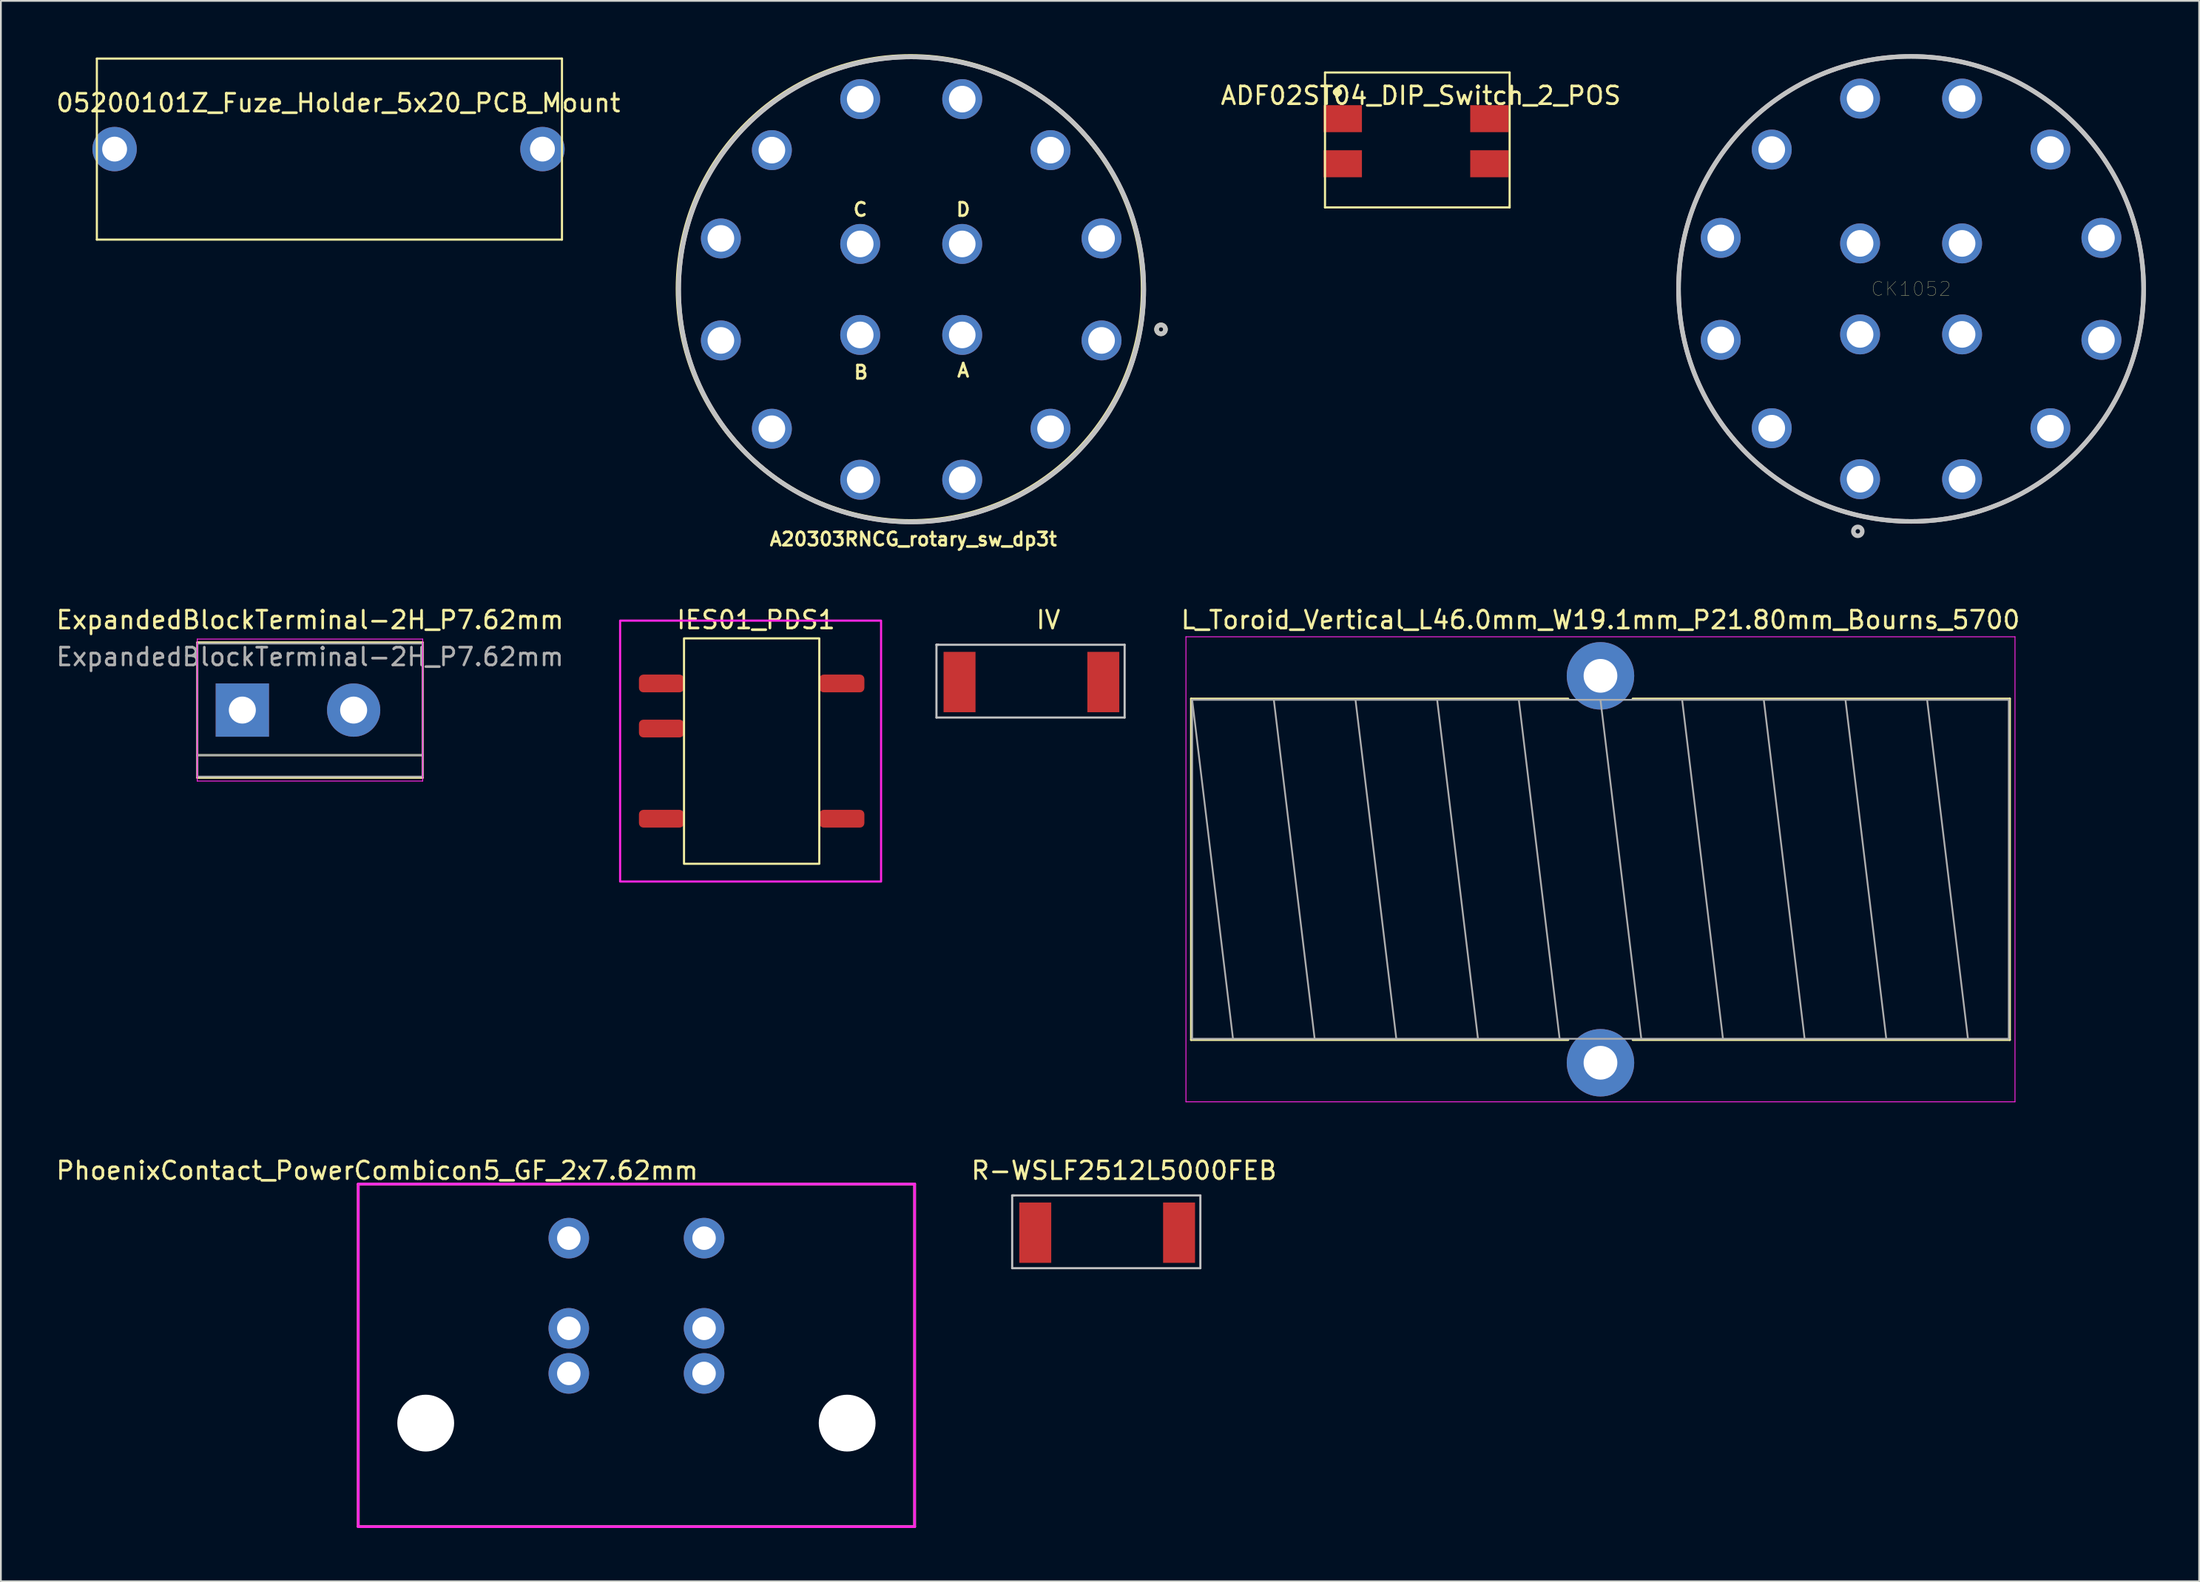
<source format=kicad_pcb>
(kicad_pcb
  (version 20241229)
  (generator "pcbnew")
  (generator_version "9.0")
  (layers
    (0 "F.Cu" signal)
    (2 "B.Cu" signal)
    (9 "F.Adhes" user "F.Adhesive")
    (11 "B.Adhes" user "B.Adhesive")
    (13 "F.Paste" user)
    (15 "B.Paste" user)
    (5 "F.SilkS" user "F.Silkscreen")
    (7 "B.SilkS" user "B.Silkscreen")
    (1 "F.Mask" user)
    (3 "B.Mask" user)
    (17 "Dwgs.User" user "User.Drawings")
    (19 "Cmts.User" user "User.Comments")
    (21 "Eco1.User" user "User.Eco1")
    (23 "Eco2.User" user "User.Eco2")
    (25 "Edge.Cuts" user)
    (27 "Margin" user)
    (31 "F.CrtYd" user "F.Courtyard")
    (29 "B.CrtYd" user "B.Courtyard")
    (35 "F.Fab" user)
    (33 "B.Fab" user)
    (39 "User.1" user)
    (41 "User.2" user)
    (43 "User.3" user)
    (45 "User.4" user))
  (footprint "ADF02ST04_DIP_Switch_2_POS"
    (layer "F.Cu")
    (at 72.588 3.636)
    (property "Reference" "ADF02ST04_DIP_Switch_2_POS" (at 4.4 -1.3 0) (layer "F.SilkS") (effects (font (size 1 1) (thickness 0.15))))
    (attr through_hole)
    (fp_line (start -1 -2.6) (end -1 5) (stroke (width 0.12) (type solid)) (layer "F.SilkS"))
    (fp_line (start -1 5) (end 9.4 5) (stroke (width 0.12) (type solid)) (layer "F.SilkS"))
    (fp_line (start 9.4 -2.6) (end -1 -2.6) (stroke (width 0.12) (type solid)) (layer "F.SilkS"))
    (fp_line (start 9.4 4.9) (end 9.4 -2.6) (stroke (width 0.12) (type solid)) (layer "F.SilkS"))
    (fp_line (start 9.4 5) (end 9.4 4.9) (stroke (width 0.12) (type solid)) (layer "F.SilkS"))
    (fp_text user "." (at -0.3 -2.1 0) (layer "F.SilkS") (effects (font (size 1.5 1.5) (thickness 0.375))))
    (pad "1" smd rect (at 0 0) (size 2.16 1.52) (layers "F.Cu" "F.Mask" "F.Paste"))
    (pad "2" smd rect (at 0 2.54) (size 2.16 1.52) (layers "F.Cu" "F.Mask" "F.Paste"))
    (pad "3" smd rect (at 8.26 2.54) (size 2.16 1.52) (layers "F.Cu" "F.Mask" "F.Paste"))
    (pad "4" smd rect (at 8.26 0) (size 2.16 1.52) (layers "F.Cu" "F.Mask" "F.Paste")))
  (footprint "IES01_PDS1"
    (layer "F.Cu")
    (at 35.481 32.917)
    (property "Reference" "IES01_PDS1" (at 4.055 -1.04 0) (unlocked yes) (layer "F.SilkS") (effects (font (size 1 1) (thickness 0.15))))
    (attr smd)
    (fp_rect (start 0 0) (end 7.62 12.7) (stroke (width 0.12) (type solid)) (fill no) (layer "F.SilkS"))
    (fp_rect (start -3.6 -1) (end 11.1 13.7) (stroke (width 0.12) (type solid)) (fill no) (layer "F.CrtYd"))
    (pad "1" smd roundrect (at -1.27 2.54 90) (size 1 2.54) (layers "F.Cu" "F.Mask" "F.Paste") (roundrect_rratio 0.25))
    (pad "2" smd roundrect (at -1.27 5.08 90) (size 1 2.54) (layers "F.Cu" "F.Mask" "F.Paste") (roundrect_rratio 0.25))
    (pad "4" smd roundrect (at -1.27 10.16 90) (size 1 2.54) (layers "F.Cu" "F.Mask" "F.Paste") (roundrect_rratio 0.25))
    (pad "5" smd roundrect (at 8.89 10.16 90) (size 1 2.54) (layers "F.Cu" "F.Mask" "F.Paste") (roundrect_rratio 0.25))
    (pad "8" smd roundrect (at 8.89 2.54 90) (size 1 2.54) (layers "F.Cu" "F.Mask" "F.Paste") (roundrect_rratio 0.25)))
  (footprint "05200101Z_Fuze_Holder_5x20_PCB_Mount"
    (layer "F.Cu")
    (at 2.406 0.25)
    (property "Reference" "05200101Z_Fuze_Holder_5x20_PCB_Mount" (at 13.6 2.5 0) (layer "F.SilkS") (effects (font (size 1 1) (thickness 0.15))))
    (attr through_hole)
    (fp_line (start 0 0) (end 26.2 0) (stroke (width 0.12) (type solid)) (layer "F.SilkS"))
    (fp_line (start 0 10.2) (end 0 0) (stroke (width 0.12) (type solid)) (layer "F.SilkS"))
    (fp_line (start 26.2 0) (end 26.2 10.2) (stroke (width 0.12) (type solid)) (layer "F.SilkS"))
    (fp_line (start 26.2 10.2) (end 0 10.2) (stroke (width 0.12) (type solid)) (layer "F.SilkS"))
    (pad "1" thru_hole circle (at 1 5.1) (size 2.5 2.5) (drill 1.4) (layers "*.Cu" "*.Mask"))
    (pad "2" thru_hole circle (at 25.1 5.1) (size 2.5 2.5) (drill 1.4) (layers "*.Cu" "*.Mask")))
  (footprint "A20303RNCG_rotary_sw_dp3t"
    (layer "F.Cu")
    (at 48.279 13.257)
    (property "Reference" "A20303RNCG_rotary_sw_dp3t" (at 0.12 14.07 0) (layer "F.SilkS") (effects (font (size 0.75 0.75) (thickness 0.15))))
    (attr through_hole)
    (fp_circle (center -0.04 -0.03) (end 13.06 -0.03) (stroke (width 0.254) (type solid)) (fill no) (layer "F.SilkS"))
    (fp_circle (center 14.07 2.25) (end 14.195 2.25) (stroke (width 0.254) (type solid)) (fill no) (layer "F.SilkS"))
    (fp_circle (center 0 0) (end 13.1 0) (stroke (width 0.254) (type solid)) (fill no) (layer "Dwgs.User"))
    (fp_circle (center 0 0) (end 13.1 0) (stroke (width 0.254) (type solid)) (fill no) (layer "Dwgs.User"))
    (fp_circle (center 14.07 2.25) (end 14.195 2.25) (stroke (width 0.254) (type solid)) (fill no) (layer "Dwgs.User"))
    (fp_text user "C" (at -2.87 -4.5 0) (layer "F.SilkS") (effects (font (size 0.75 0.75) (thickness 0.15))))
    (fp_text user "A" (at 2.93 4.56 0) (layer "F.SilkS") (effects (font (size 0.75 0.75) (thickness 0.15))))
    (fp_text user "D" (at 2.93 -4.5 0) (layer "F.SilkS") (effects (font (size 0.75 0.75) (thickness 0.15))))
    (fp_text user "B" (at -2.83 4.67 0) (layer "F.SilkS") (effects (font (size 0.75 0.75) (thickness 0.15))))
    (pad "1" thru_hole circle (at 10.722 2.873) (size 2.25 2.25) (drill 1.5) (layers "*.Cu" "*.Mask"))
    (pad "2" thru_hole circle (at 7.849 7.849) (size 2.25 2.25) (drill 1.5) (layers "*.Cu" "*.Mask"))
    (pad "3" thru_hole circle (at 2.873 10.722) (size 2.25 2.25) (drill 1.5) (layers "*.Cu" "*.Mask"))
    (pad "4" thru_hole circle (at -2.873 10.722) (size 2.25 2.25) (drill 1.5) (layers "*.Cu" "*.Mask"))
    (pad "5" thru_hole circle (at -7.849 7.849) (size 2.25 2.25) (drill 1.5) (layers "*.Cu" "*.Mask"))
    (pad "6" thru_hole circle (at -10.722 2.873) (size 2.25 2.25) (drill 1.5) (layers "*.Cu" "*.Mask"))
    (pad "7" thru_hole circle (at -10.722 -2.873) (size 2.25 2.25) (drill 1.5) (layers "*.Cu" "*.Mask"))
    (pad "8" thru_hole circle (at -7.849 -7.849) (size 2.25 2.25) (drill 1.5) (layers "*.Cu" "*.Mask"))
    (pad "9" thru_hole circle (at -2.873 -10.722) (size 2.25 2.25) (drill 1.5) (layers "*.Cu" "*.Mask"))
    (pad "10" thru_hole circle (at 2.873 -10.722) (size 2.25 2.25) (drill 1.5) (layers "*.Cu" "*.Mask"))
    (pad "11" thru_hole circle (at 7.849 -7.849) (size 2.25 2.25) (drill 1.5) (layers "*.Cu" "*.Mask"))
    (pad "12" thru_hole circle (at 10.722 -2.873) (size 2.25 2.25) (drill 1.5) (layers "*.Cu" "*.Mask"))
    (pad "13" thru_hole circle (at 2.873 2.563) (size 2.25 2.25) (drill 1.5) (layers "*.Cu" "*.Mask"))
    (pad "14" thru_hole circle (at -2.873 2.563) (size 2.25 2.25) (drill 1.5) (layers "*.Cu" "*.Mask"))
    (pad "15" thru_hole circle (at -2.873 -2.563) (size 2.25 2.25) (drill 1.5) (layers "*.Cu" "*.Mask"))
    (pad "16" thru_hole circle (at 2.873 -2.563) (size 2.25 2.25) (drill 1.5) (layers "*.Cu" "*.Mask")))
  (footprint "R-WSLF2512L5000FEB"
    (layer "F.Cu")
    (at 60.267 62.401)
    (property "Reference" "R-WSLF2512L5000FEB" (at 0 0.5 0) (layer "F.SilkS") (effects (font (size 1 1) (thickness 0.15))))
    (attr through_hole)
    (fp_line (start -6.3 1.9) (end -6.2 1.9) (stroke (width 0.12) (type solid)) (layer "Dwgs.User"))
    (fp_line (start -6.3 6) (end -6.3 1.9) (stroke (width 0.12) (type solid)) (layer "Dwgs.User"))
    (fp_line (start -6.2 1.9) (end -6.3 1.9) (stroke (width 0.12) (type solid)) (layer "Dwgs.User"))
    (fp_line (start -6.2 1.9) (end 4.3 1.9) (stroke (width 0.12) (type solid)) (layer "Dwgs.User"))
    (fp_line (start 4.3 1.9) (end 4.3 6) (stroke (width 0.12) (type solid)) (layer "Dwgs.User"))
    (fp_line (start 4.3 6) (end -6.3 6) (stroke (width 0.12) (type solid)) (layer "Dwgs.User"))
    (pad "1" smd rect (at -5 4) (size 1.8 3.4) (layers "F.Cu" "F.Mask" "F.Paste"))
    (pad "2" smd rect (at 3.1 4) (size 1.8 3.4) (layers "F.Cu" "F.Mask" "F.Paste")))
  (footprint "CK1052"
    (layer "F.Cu")
    (at 104.602 13.227)
    (property "Reference" "CK1052" (at 0 0 0) (layer "F.SilkS") (effects (font (size 0.787 0.787) (thickness 0.015))))
    (attr through_hole)
    (fp_circle (center -3.001 13.659) (end -2.876 13.659) (stroke (width 0.254) (type solid)) (fill no) (layer "Dwgs.User"))
    (fp_circle (center 0 0) (end 13.1 0) (stroke (width 0.254) (type solid)) (fill no) (layer "Dwgs.User"))
    (fp_circle (center 0 0) (end 13.1 0) (stroke (width 0.254) (type solid)) (fill no) (layer "Dwgs.User"))
    (pad "1" thru_hole circle (at -2.873 10.722) (size 2.25 2.25) (drill 1.5) (layers "*.Cu" "*.Mask"))
    (pad "2" thru_hole circle (at -7.849 7.849) (size 2.25 2.25) (drill 1.5) (layers "*.Cu" "*.Mask"))
    (pad "3" thru_hole circle (at -10.722 2.873) (size 2.25 2.25) (drill 1.5) (layers "*.Cu" "*.Mask"))
    (pad "4" thru_hole circle (at -10.722 -2.873) (size 2.25 2.25) (drill 1.5) (layers "*.Cu" "*.Mask"))
    (pad "5" thru_hole circle (at -7.849 -7.849) (size 2.25 2.25) (drill 1.5) (layers "*.Cu" "*.Mask"))
    (pad "6" thru_hole circle (at -2.873 -10.722) (size 2.25 2.25) (drill 1.5) (layers "*.Cu" "*.Mask"))
    (pad "7" thru_hole circle (at 2.873 -10.722) (size 2.25 2.25) (drill 1.5) (layers "*.Cu" "*.Mask"))
    (pad "8" thru_hole circle (at 7.849 -7.849) (size 2.25 2.25) (drill 1.5) (layers "*.Cu" "*.Mask"))
    (pad "9" thru_hole circle (at 10.722 -2.873) (size 2.25 2.25) (drill 1.5) (layers "*.Cu" "*.Mask"))
    (pad "10" thru_hole circle (at 10.722 2.873) (size 2.25 2.25) (drill 1.5) (layers "*.Cu" "*.Mask"))
    (pad "11" thru_hole circle (at 7.849 7.849) (size 2.25 2.25) (drill 1.5) (layers "*.Cu" "*.Mask"))
    (pad "12" thru_hole circle (at 2.873 10.722) (size 2.25 2.25) (drill 1.5) (layers "*.Cu" "*.Mask"))
    (pad "13" thru_hole circle (at -2.873 2.563) (size 2.25 2.25) (drill 1.5) (layers "*.Cu" "*.Mask"))
    (pad "14" thru_hole circle (at -2.873 -2.563) (size 2.25 2.25) (drill 1.5) (layers "*.Cu" "*.Mask"))
    (pad "15" thru_hole circle (at 2.873 -2.563) (size 2.25 2.25) (drill 1.5) (layers "*.Cu" "*.Mask"))
    (pad "16" thru_hole circle (at 2.873 2.563) (size 2.25 2.25) (drill 1.5) (layers "*.Cu" "*.Mask")))
  (footprint "L_Toroid_Vertical_L46.0mm_W19.1mm_P21.80mm_Bourns_5700"
    (layer "F.Cu")
    (at 87.105 35.027)
    (property "Reference" "L_Toroid_Vertical_L46.0mm_W19.1mm_P21.80mm_Bourns_5700" (at 0 -3.15 0) (layer "F.SilkS") (effects (font (size 1 1) (thickness 0.15))))
    (attr through_hole)
    (fp_line (start -23.06 1.289) (end -23.06 20.511) (stroke (width 0.12) (type solid)) (layer "F.SilkS"))
    (fp_line (start -23.06 1.289) (end -1.817 1.289) (stroke (width 0.12) (type solid)) (layer "F.SilkS"))
    (fp_line (start -23.06 20.511) (end -1.817 20.511) (stroke (width 0.12) (type solid)) (layer "F.SilkS"))
    (fp_line (start 1.817 1.289) (end 23.06 1.289) (stroke (width 0.12) (type solid)) (layer "F.SilkS"))
    (fp_line (start 1.817 20.511) (end 23.06 20.511) (stroke (width 0.12) (type solid)) (layer "F.SilkS"))
    (fp_line (start 23.06 1.289) (end 23.06 20.511) (stroke (width 0.12) (type solid)) (layer "F.SilkS"))
    (fp_line (start -23.35 -2.2) (end -23.35 24) (stroke (width 0.05) (type solid)) (layer "F.CrtYd"))
    (fp_line (start -23.35 24) (end 23.35 24) (stroke (width 0.05) (type solid)) (layer "F.CrtYd"))
    (fp_line (start 23.35 -2.2) (end -23.35 -2.2) (stroke (width 0.05) (type solid)) (layer "F.CrtYd"))
    (fp_line (start 23.35 24) (end 23.35 -2.2) (stroke (width 0.05) (type solid)) (layer "F.CrtYd"))
    (fp_line (start -23 1.35) (end -23 20.45) (stroke (width 0.1) (type solid)) (layer "F.Fab"))
    (fp_line (start -23 1.35) (end -20.7 20.45) (stroke (width 0.1) (type solid)) (layer "F.Fab"))
    (fp_line (start -23 20.45) (end 23 20.45) (stroke (width 0.1) (type solid)) (layer "F.Fab"))
    (fp_line (start -18.4 1.35) (end -16.1 20.45) (stroke (width 0.1) (type solid)) (layer "F.Fab"))
    (fp_line (start -13.8 1.35) (end -11.5 20.45) (stroke (width 0.1) (type solid)) (layer "F.Fab"))
    (fp_line (start -9.2 1.35) (end -6.9 20.45) (stroke (width 0.1) (type solid)) (layer "F.Fab"))
    (fp_line (start -4.6 1.35) (end -2.3 20.45) (stroke (width 0.1) (type solid)) (layer "F.Fab"))
    (fp_line (start 0 1.35) (end 2.3 20.45) (stroke (width 0.1) (type solid)) (layer "F.Fab"))
    (fp_line (start 4.6 1.35) (end 6.9 20.45) (stroke (width 0.1) (type solid)) (layer "F.Fab"))
    (fp_line (start 9.2 1.35) (end 11.5 20.45) (stroke (width 0.1) (type solid)) (layer "F.Fab"))
    (fp_line (start 13.8 1.35) (end 16.1 20.45) (stroke (width 0.1) (type solid)) (layer "F.Fab"))
    (fp_line (start 18.4 1.35) (end 20.7 20.45) (stroke (width 0.1) (type solid)) (layer "F.Fab"))
    (fp_line (start 23 1.35) (end -23 1.35) (stroke (width 0.1) (type solid)) (layer "F.Fab"))
    (fp_line (start 23 20.45) (end 23 1.35) (stroke (width 0.1) (type solid)) (layer "F.Fab"))
    (pad "1" thru_hole circle (at 0 0) (size 3.8 3.8) (drill 1.9) (layers "*.Cu" "*.Mask"))
    (pad "2" thru_hole circle (at 0 21.8) (size 3.8 3.8) (drill 1.9) (layers "*.Cu" "*.Mask")))
  (footprint "IV"
    (layer "F.Cu")
    (at 56.001 31.377)
    (property "Reference" "IV" (at 0 0.5 0) (layer "F.SilkS") (effects (font (size 1 1) (thickness 0.15))))
    (attr through_hole)
    (fp_line (start -6.3 1.9) (end -6.2 1.9) (stroke (width 0.12) (type solid)) (layer "Dwgs.User"))
    (fp_line (start -6.3 6) (end -6.3 1.9) (stroke (width 0.12) (type solid)) (layer "Dwgs.User"))
    (fp_line (start -6.2 1.9) (end -6.3 1.9) (stroke (width 0.12) (type solid)) (layer "Dwgs.User"))
    (fp_line (start -6.2 1.9) (end 4.3 1.9) (stroke (width 0.12) (type solid)) (layer "Dwgs.User"))
    (fp_line (start 4.3 1.9) (end 4.3 6) (stroke (width 0.12) (type solid)) (layer "Dwgs.User"))
    (fp_line (start 4.3 6) (end -6.3 6) (stroke (width 0.12) (type solid)) (layer "Dwgs.User"))
    (pad "1" smd rect (at -5 4) (size 1.8 3.4) (layers "F.Cu" "F.Mask" "F.Paste"))
    (pad "2" smd rect (at 3.1 4) (size 1.8 3.4) (layers "F.Cu" "F.Mask" "F.Paste")))
  (footprint "ExpandedBlockTerminal-2H_P7.62mm"
    (layer "F.Cu")
    (at 11.871 36.957)
    (property "Reference" "ExpandedBlockTerminal-2H_P7.62mm" (at 2.54 -5.08 0) (layer "F.SilkS") (effects (font (size 1 1) (thickness 0.15))))
    (attr through_hole)
    (fp_line (start -3.81 -3.81) (end -3.81 3.81) (stroke (width 0.12) (type solid)) (layer "F.SilkS"))
    (fp_line (start -3.81 3.81) (end 8.89 3.81) (stroke (width 0.12) (type solid)) (layer "F.SilkS"))
    (fp_line (start 8.89 -3.81) (end -3.81 -3.81) (stroke (width 0.12) (type solid)) (layer "F.SilkS"))
    (fp_line (start 8.89 2.54) (end -3.81 2.54) (stroke (width 0.12) (type solid)) (layer "F.SilkS"))
    (fp_line (start 8.89 3.81) (end 8.89 -3.81) (stroke (width 0.12) (type solid)) (layer "F.SilkS"))
    (fp_line (start -3.81 -4) (end -3.81 4) (stroke (width 0.05) (type solid)) (layer "F.CrtYd"))
    (fp_line (start -3.81 -4) (end 8.89 -4) (stroke (width 0.05) (type solid)) (layer "F.CrtYd"))
    (fp_line (start 8.89 4) (end -3.81 4) (stroke (width 0.05) (type solid)) (layer "F.CrtYd"))
    (fp_line (start 8.89 4) (end 8.89 -4) (stroke (width 0.05) (type solid)) (layer "F.CrtYd"))
    (fp_line (start -3.81 -3.75) (end -3.81 3.75) (stroke (width 0.1) (type solid)) (layer "F.Fab"))
    (fp_line (start -3.81 2.54) (end 8.89 2.54) (stroke (width 0.1) (type solid)) (layer "F.Fab"))
    (fp_line (start -3.81 3.75) (end 8.89 3.75) (stroke (width 0.1) (type solid)) (layer "F.Fab"))
    (fp_line (start 8.89 -3.75) (end -3.81 -3.75) (stroke (width 0.1) (type solid)) (layer "F.Fab"))
    (fp_line (start 8.89 3.75) (end 8.89 -3.75) (stroke (width 0.1) (type solid)) (layer "F.Fab"))
    (fp_text user "${REFERENCE}" (at 2.54 -3 0) (layer "F.Fab") (effects (font (size 1 1) (thickness 0.15))))
    (pad "1" thru_hole rect (at -1.27 0) (size 3 3) (drill 1.52) (layers "*.Cu" "*.Mask"))
    (pad "2" thru_hole circle (at 5 0) (size 3 3) (drill 1.52) (layers "*.Cu" "*.Mask")))
  (footprint "PhoenixContact_PowerCombicon5_GF_2x7.62mm"
    (layer "F.Cu")
    (at 28.991 66.71)
    (property "Reference" "PhoenixContact_PowerCombicon5_GF_2x7.62mm" (at -10.795 -3.81 180) (layer "F.SilkS") (effects (font (size 1 1) (thickness 0.15))))
    (attr through_hole)
    (fp_line (start -11.86 -3.048) (end 19.48 -3.048) (stroke (width 0.15) (type solid)) (layer "F.SilkS"))
    (fp_line (start -11.86 16.256) (end -11.86 -3.048) (stroke (width 0.15) (type solid)) (layer "F.SilkS"))
    (fp_line (start 19.48 -3.048) (end 19.48 16.256) (stroke (width 0.15) (type solid)) (layer "F.SilkS"))
    (fp_line (start 19.48 16.256) (end -11.86 16.256) (stroke (width 0.15) (type solid)) (layer "F.SilkS"))
    (fp_line (start -11.86 -3.048) (end 19.48 -3.048) (stroke (width 0.15) (type solid)) (layer "F.CrtYd"))
    (fp_line (start -11.86 16.256) (end -11.86 -3.048) (stroke (width 0.15) (type solid)) (layer "F.CrtYd"))
    (fp_line (start 19.48 -3.048) (end 19.48 16.256) (stroke (width 0.15) (type solid)) (layer "F.CrtYd"))
    (fp_line (start 19.48 16.256) (end -11.86 16.256) (stroke (width 0.15) (type solid)) (layer "F.CrtYd"))
    (pad "" np_thru_hole circle (at -8.06 10.42) (size 3.2 3.2) (drill 3.2) (layers "*.Cu" "*.Mask"))
    (pad "" np_thru_hole circle (at 15.68 10.42) (size 3.2 3.2) (drill 3.2) (layers "*.Cu" "*.Mask"))
    (pad "1" thru_hole circle (at 0 0) (size 2.286 2.286) (drill 1.321) (layers "*.Cu" "*.Mask"))
    (pad "1" thru_hole circle (at 0 5.08) (size 2.286 2.286) (drill 1.321) (layers "*.Cu" "*.Mask"))
    (pad "1" thru_hole circle (at 0 7.62) (size 2.286 2.286) (drill 1.321) (layers "*.Cu" "*.Mask"))
    (pad "2" thru_hole circle (at 7.62 0) (size 2.286 2.286) (drill 1.321) (layers "*.Cu" "*.Mask"))
    (pad "2" thru_hole circle (at 7.62 5.08) (size 2.286 2.286) (drill 1.321) (layers "*.Cu" "*.Mask"))
    (pad "2" thru_hole circle (at 7.62 7.62) (size 2.286 2.286) (drill 1.321) (layers "*.Cu" "*.Mask")))
  (gr_rect
    (start -3 -3)
    (end 120.829 86.041)
    (stroke (width 0.1) (type default))
    (fill no)
    (layer "Edge.Cuts")))
</source>
